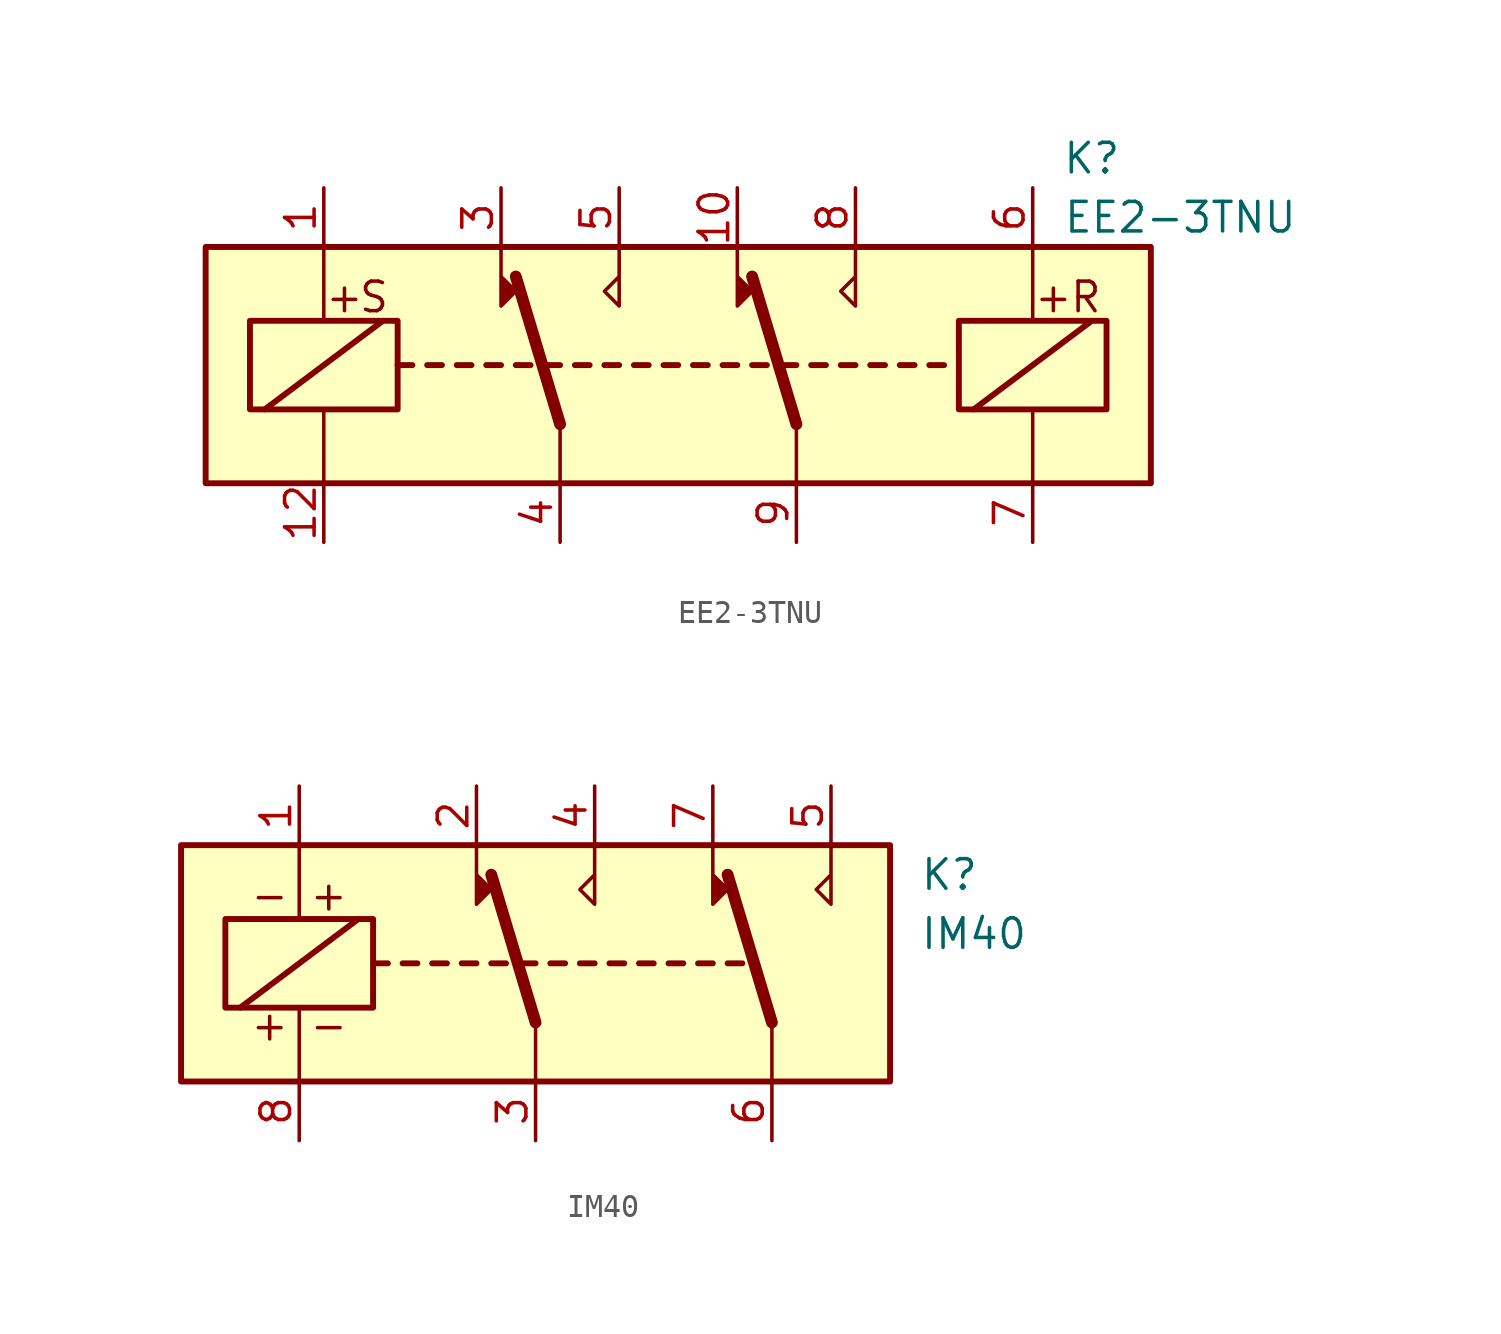
<source format=kicad_sym>
(kicad_symbol_lib
  (version 20231120)
  (generator "kicad_symbol_editor")
  (generator_version "8.0")
  (symbol "EE2-3TNU"
    (property "Reference" "K"
      (at 17.78 8.89 0)
      (effects (font (size 1.27 1.27))))
    (property "Value" "EE2-3TNU"
      (at 21.59 6.35 0)
      (effects (font (size 1.27 1.27))))
    (symbol "EE2-3TNU_1_1"
      (rectangle (start -20.32 5.08) (end 20.32 -5.08) (stroke (width 0.254) (type default)) (fill (type background)))
      (rectangle (start -18.415 1.905) (end -12.065 -1.905) (stroke (width 0.254) (type default)) (fill (type none)))
      (polyline (pts (xy -17.78 -1.905) (xy -12.7 1.905)) (stroke (width 0.254) (type default)) (fill (type none)))
      (polyline (pts (xy -15.24 -5.08) (xy -15.24 -1.905)) (stroke (width 0) (type default)) (fill (type none)))
      (polyline (pts (xy -15.24 5.08) (xy -15.24 1.905)) (stroke (width 0) (type default)) (fill (type none)))
      (polyline (pts (xy -12.065 0) (xy -11.43 0)) (stroke (width 0.254) (type default)) (fill (type none)))
      (polyline (pts (xy -10.795 0) (xy -10.16 0)) (stroke (width 0.254) (type default)) (fill (type none)))
      (polyline (pts (xy -9.525 0) (xy -8.89 0)) (stroke (width 0.254) (type default)) (fill (type none)))
      (polyline (pts (xy -8.255 0) (xy -7.62 0)) (stroke (width 0.254) (type default)) (fill (type none)))
      (polyline (pts (xy -6.985 0) (xy -6.35 0)) (stroke (width 0.254) (type default)) (fill (type none)))
      (polyline (pts (xy -5.715 0) (xy -5.08 0)) (stroke (width 0.254) (type default)) (fill (type none)))
      (polyline (pts (xy -5.08 -2.54) (xy -6.985 3.81)) (stroke (width 0.508) (type default)) (fill (type none)))
      (polyline (pts (xy -5.08 -2.54) (xy -5.08 -5.08)) (stroke (width 0) (type default)) (fill (type none)))
      (polyline (pts (xy -4.445 0) (xy -3.81 0)) (stroke (width 0.254) (type default)) (fill (type none)))
      (polyline (pts (xy -3.175 0) (xy -2.54 0)) (stroke (width 0.254) (type default)) (fill (type none)))
      (polyline (pts (xy -1.905 0) (xy -1.27 0)) (stroke (width 0.254) (type default)) (fill (type none)))
      (polyline (pts (xy -0.635 0) (xy 0 0)) (stroke (width 0.254) (type default)) (fill (type none)))
      (polyline (pts (xy 0.635 0) (xy 1.27 0)) (stroke (width 0.254) (type default)) (fill (type none)))
      (polyline (pts (xy 1.905 0) (xy 2.54 0)) (stroke (width 0.254) (type default)) (fill (type none)))
      (polyline (pts (xy 3.175 0) (xy 3.81 0)) (stroke (width 0.254) (type default)) (fill (type none)))
      (polyline (pts (xy 4.445 0) (xy 5.08 0)) (stroke (width 0.254) (type default)) (fill (type none)))
      (polyline (pts (xy 5.08 -2.54) (xy 3.175 3.81)) (stroke (width 0.508) (type default)) (fill (type none)))
      (polyline (pts (xy 5.08 -2.54) (xy 5.08 -5.08)) (stroke (width 0) (type default)) (fill (type none)))
      (polyline (pts (xy 5.715 0) (xy 6.35 0)) (stroke (width 0.254) (type default)) (fill (type none)))
      (polyline (pts (xy 6.985 0) (xy 7.62 0)) (stroke (width 0.254) (type default)) (fill (type none)))
      (polyline (pts (xy 8.255 0) (xy 8.89 0)) (stroke (width 0.254) (type default)) (fill (type none)))
      (polyline (pts (xy 9.525 0) (xy 10.16 0)) (stroke (width 0.254) (type default)) (fill (type none)))
      (polyline (pts (xy 10.795 0) (xy 11.43 0)) (stroke (width 0.254) (type default)) (fill (type none)))
      (polyline (pts (xy 12.7 -1.905) (xy 17.78 1.905)) (stroke (width 0.254) (type default)) (fill (type none)))
      (polyline (pts (xy 15.24 -5.08) (xy 15.24 -1.905)) (stroke (width 0) (type default)) (fill (type none)))
      (polyline (pts (xy 15.24 5.08) (xy 15.24 1.905)) (stroke (width 0) (type default)) (fill (type none)))
      (polyline (pts (xy -7.62 5.08) (xy -7.62 2.54) (xy -6.985 3.175) (xy -7.62 3.81)) (stroke (width 0) (type default)) (fill (type outline)))
      (polyline (pts (xy -2.54 5.08) (xy -2.54 2.54) (xy -3.175 3.175) (xy -2.54 3.81)) (stroke (width 0) (type default)) (fill (type none)))
      (polyline (pts (xy 2.54 5.08) (xy 2.54 2.54) (xy 3.175 3.175) (xy 2.54 3.81)) (stroke (width 0) (type default)) (fill (type outline)))
      (polyline (pts (xy 7.62 5.08) (xy 7.62 2.54) (xy 6.985 3.175) (xy 7.62 3.81)) (stroke (width 0) (type default)) (fill (type none)))
      (rectangle (start 12.065 1.905) (end 18.415 -1.905) (stroke (width 0.254) (type default)) (fill (type none)))
      (text "+" (at -14.351 2.921 0) (effects (font (size 1.27 1.27))))
      (text "+" (at 16.129 2.921 0) (effects (font (size 1.27 1.27))))
      (text "R" (at 17.526 2.921 0) (effects (font (size 1.27 1.27))))
      (text "S" (at -13.081 2.921 0) (effects (font (size 1.27 1.27))))
      (pin passive line (at -15.24 7.62 270) (length 2.54) (name "~" (effects (font (size 1.27 1.27)))) (number "1" (effects (font (size 1.27 1.27)))))
      (pin passive line (at 2.54 7.62 270) (length 2.54) (name "~" (effects (font (size 1.27 1.27)))) (number "10" (effects (font (size 1.27 1.27)))))
      (pin passive line (at -15.24 -7.62 90) (length 2.54) (name "~" (effects (font (size 1.27 1.27)))) (number "12" (effects (font (size 1.27 1.27)))))
      (pin passive line (at -7.62 7.62 270) (length 2.54) (name "~" (effects (font (size 1.27 1.27)))) (number "3" (effects (font (size 1.27 1.27)))))
      (pin passive line (at -5.08 -7.62 90) (length 2.54) (name "~" (effects (font (size 1.27 1.27)))) (number "4" (effects (font (size 1.27 1.27)))))
      (pin passive line (at -2.54 7.62 270) (length 2.54) (name "~" (effects (font (size 1.27 1.27)))) (number "5" (effects (font (size 1.27 1.27)))))
      (pin passive line (at 15.24 7.62 270) (length 2.54) (name "~" (effects (font (size 1.27 1.27)))) (number "6" (effects (font (size 1.27 1.27)))))
      (pin passive line (at 15.24 -7.62 90) (length 2.54) (name "~" (effects (font (size 1.27 1.27)))) (number "7" (effects (font (size 1.27 1.27)))))
      (pin passive line (at 7.62 7.62 270) (length 2.54) (name "~" (effects (font (size 1.27 1.27)))) (number "8" (effects (font (size 1.27 1.27)))))
      (pin passive line (at 5.08 -7.62 90) (length 2.54) (name "~" (effects (font (size 1.27 1.27)))) (number "9" (effects (font (size 1.27 1.27)))))))
  (symbol "IM40"
    (property "Reference" "K"
      (at 16.51 3.81 0)
      (effects (font (size 1.27 1.27)) (justify left)))
    (property "Value" "IM40"
      (at 16.51 1.27 0)
      (effects (font (size 1.27 1.27)) (justify left)))
    (symbol "IM40_0_0"
      (text "+ -" (at -10.16 -2.667 0) (effects (font (size 1.27 1.27))))
      (text "- +" (at -10.16 2.921 0) (effects (font (size 1.27 1.27)))))
    (symbol "IM40_0_1"
      (rectangle (start -15.24 5.08) (end 15.24 -5.08) (stroke (width 0.254) (type default)) (fill (type background)))
      (rectangle (start -13.335 1.905) (end -6.985 -1.905) (stroke (width 0.254) (type default)) (fill (type none)))
      (polyline (pts (xy -12.7 -1.905) (xy -7.62 1.905)) (stroke (width 0.254) (type default)) (fill (type none)))
      (polyline (pts (xy -10.16 -5.08) (xy -10.16 -1.905)) (stroke (width 0) (type default)) (fill (type none)))
      (polyline (pts (xy -10.16 5.08) (xy -10.16 1.905)) (stroke (width 0) (type default)) (fill (type none)))
      (polyline (pts (xy -6.985 0) (xy -6.35 0)) (stroke (width 0.254) (type default)) (fill (type none)))
      (polyline (pts (xy -5.715 0) (xy -5.08 0)) (stroke (width 0.254) (type default)) (fill (type none)))
      (polyline (pts (xy -4.445 0) (xy -3.81 0)) (stroke (width 0.254) (type default)) (fill (type none)))
      (polyline (pts (xy -3.175 0) (xy -2.54 0)) (stroke (width 0.254) (type default)) (fill (type none)))
      (polyline (pts (xy -1.905 0) (xy -1.27 0)) (stroke (width 0.254) (type default)) (fill (type none)))
      (polyline (pts (xy -0.635 0) (xy 0 0)) (stroke (width 0.254) (type default)) (fill (type none)))
      (polyline (pts (xy 0 -2.54) (xy -1.905 3.81)) (stroke (width 0.508) (type default)) (fill (type none)))
      (polyline (pts (xy 0 -2.54) (xy 0 -5.08)) (stroke (width 0) (type default)) (fill (type none)))
      (polyline (pts (xy 0.635 0) (xy 1.27 0)) (stroke (width 0.254) (type default)) (fill (type none)))
      (polyline (pts (xy 1.905 0) (xy 2.54 0)) (stroke (width 0.254) (type default)) (fill (type none)))
      (polyline (pts (xy 3.175 0) (xy 3.81 0)) (stroke (width 0.254) (type default)) (fill (type none)))
      (polyline (pts (xy 4.445 0) (xy 5.08 0)) (stroke (width 0.254) (type default)) (fill (type none)))
      (polyline (pts (xy 5.715 0) (xy 6.35 0)) (stroke (width 0.254) (type default)) (fill (type none)))
      (polyline (pts (xy 6.985 0) (xy 7.62 0)) (stroke (width 0.254) (type default)) (fill (type none)))
      (polyline (pts (xy 8.255 0) (xy 8.89 0)) (stroke (width 0.254) (type default)) (fill (type none)))
      (polyline (pts (xy 10.16 -2.54) (xy 8.255 3.81)) (stroke (width 0.508) (type default)) (fill (type none)))
      (polyline (pts (xy 10.16 -2.54) (xy 10.16 -5.08)) (stroke (width 0) (type default)) (fill (type none)))
      (polyline (pts (xy -2.54 5.08) (xy -2.54 2.54) (xy -1.905 3.175) (xy -2.54 3.81)) (stroke (width 0) (type default)) (fill (type outline)))
      (polyline (pts (xy 2.54 5.08) (xy 2.54 2.54) (xy 1.905 3.175) (xy 2.54 3.81)) (stroke (width 0) (type default)) (fill (type none)))
      (polyline (pts (xy 7.62 5.08) (xy 7.62 2.54) (xy 8.255 3.175) (xy 7.62 3.81)) (stroke (width 0) (type default)) (fill (type outline)))
      (polyline (pts (xy 12.7 5.08) (xy 12.7 2.54) (xy 12.065 3.175) (xy 12.7 3.81)) (stroke (width 0) (type default)) (fill (type none))))
    (symbol "IM40_1_1"
      (pin passive line (at -10.16 7.62 270) (length 2.54) (name "~" (effects (font (size 1.27 1.27)))) (number "1" (effects (font (size 1.27 1.27)))))
      (pin passive line (at -2.54 7.62 270) (length 2.54) (name "~" (effects (font (size 1.27 1.27)))) (number "2" (effects (font (size 1.27 1.27)))))
      (pin passive line (at 0 -7.62 90) (length 2.54) (name "~" (effects (font (size 1.27 1.27)))) (number "3" (effects (font (size 1.27 1.27)))))
      (pin passive line (at 2.54 7.62 270) (length 2.54) (name "~" (effects (font (size 1.27 1.27)))) (number "4" (effects (font (size 1.27 1.27)))))
      (pin passive line (at 12.7 7.62 270) (length 2.54) (name "~" (effects (font (size 1.27 1.27)))) (number "5" (effects (font (size 1.27 1.27)))))
      (pin passive line (at 10.16 -7.62 90) (length 2.54) (name "~" (effects (font (size 1.27 1.27)))) (number "6" (effects (font (size 1.27 1.27)))))
      (pin passive line (at 7.62 7.62 270) (length 2.54) (name "~" (effects (font (size 1.27 1.27)))) (number "7" (effects (font (size 1.27 1.27)))))
      (pin passive line (at -10.16 -7.62 90) (length 2.54) (name "~" (effects (font (size 1.27 1.27)))) (number "8" (effects (font (size 1.27 1.27))))))))
</source>
